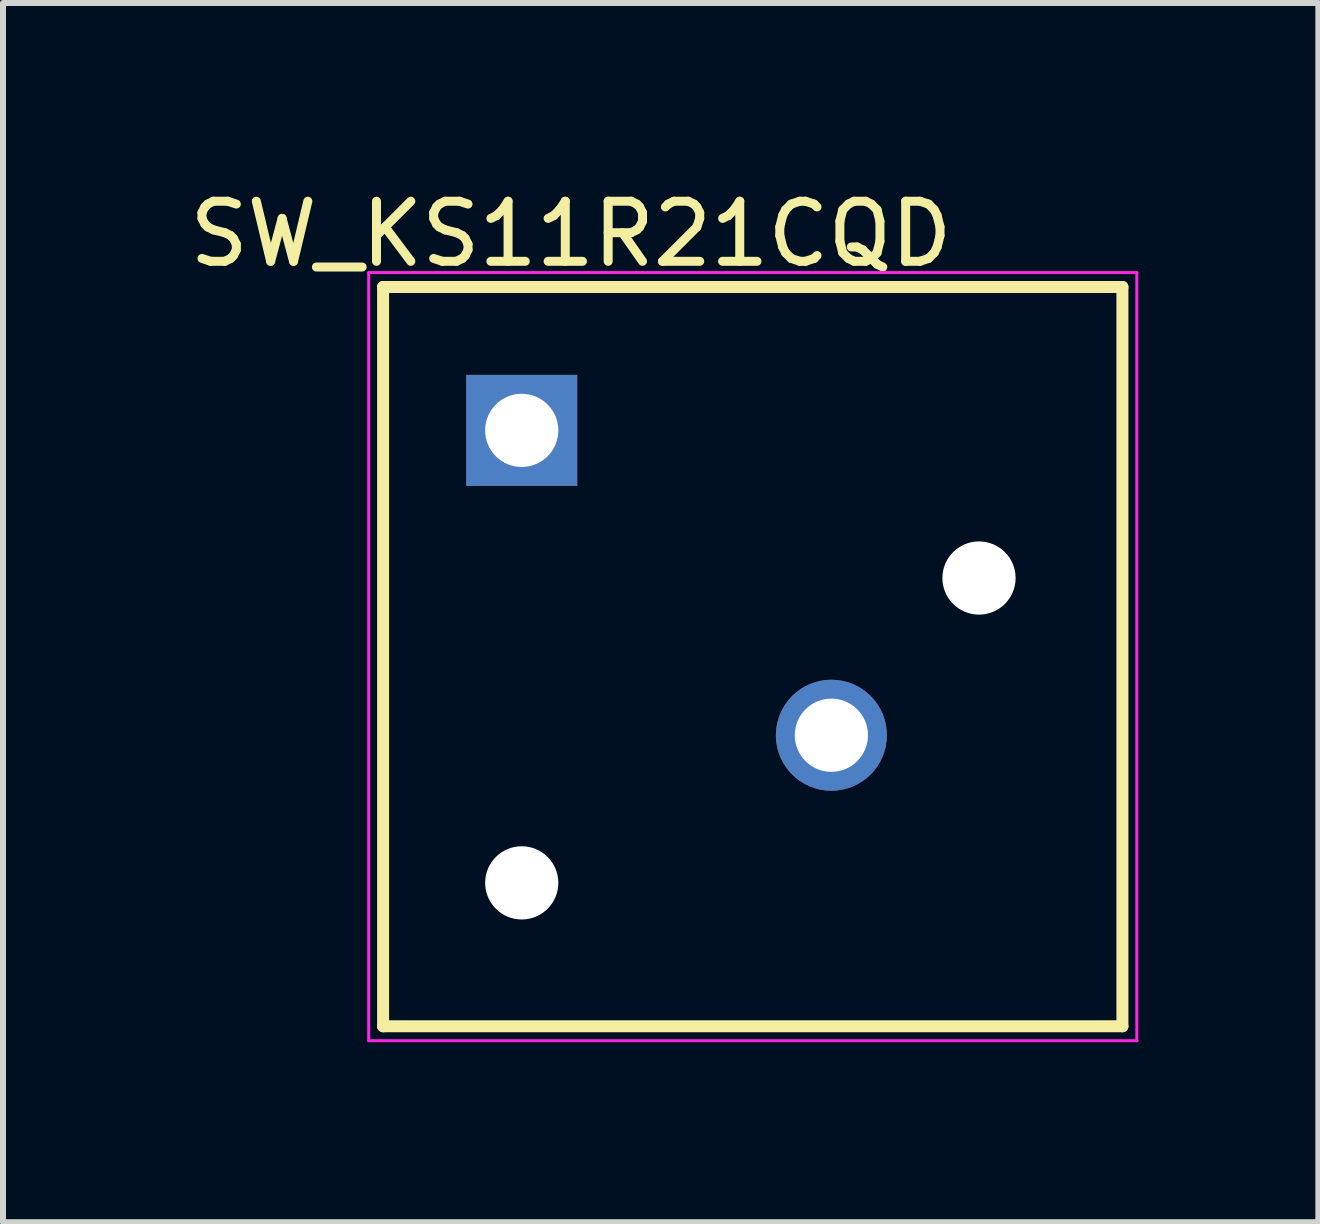
<source format=kicad_pcb>
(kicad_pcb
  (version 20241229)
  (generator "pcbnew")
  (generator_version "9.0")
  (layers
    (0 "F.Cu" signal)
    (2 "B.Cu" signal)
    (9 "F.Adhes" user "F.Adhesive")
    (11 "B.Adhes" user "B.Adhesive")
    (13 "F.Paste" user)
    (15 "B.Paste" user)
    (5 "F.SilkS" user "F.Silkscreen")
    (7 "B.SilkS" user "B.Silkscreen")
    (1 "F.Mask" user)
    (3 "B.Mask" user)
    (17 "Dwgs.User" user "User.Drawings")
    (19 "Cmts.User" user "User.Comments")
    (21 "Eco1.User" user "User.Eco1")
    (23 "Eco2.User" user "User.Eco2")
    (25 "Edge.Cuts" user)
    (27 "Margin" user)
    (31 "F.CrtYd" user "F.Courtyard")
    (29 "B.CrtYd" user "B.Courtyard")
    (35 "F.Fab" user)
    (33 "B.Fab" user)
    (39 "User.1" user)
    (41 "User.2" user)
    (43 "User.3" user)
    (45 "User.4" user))
  (footprint "SW_KS11R21CQD"
    (layer "F.Cu")
    (at 9.494 7.892)
    (property "Reference" "SW_KS11R21CQD" (at -3.029 -7.043 0) (layer "F.SilkS") (effects (font (size 1.001 1.001) (thickness 0.15))))
    (attr through_hole)
    (fp_line (start -6.16 -6.16) (end 6.16 -6.16) (stroke (width 0.2) (type solid)) (layer "F.SilkS"))
    (fp_line (start -6.16 6.16) (end -6.16 -6.16) (stroke (width 0.2) (type solid)) (layer "F.SilkS"))
    (fp_line (start 6.16 -6.16) (end 6.16 6.16) (stroke (width 0.2) (type solid)) (layer "F.SilkS"))
    (fp_line (start 6.16 6.16) (end -6.16 6.16) (stroke (width 0.2) (type solid)) (layer "F.SilkS"))
    (fp_line (start -6.4 -6.4) (end 6.4 -6.4) (stroke (width 0.05) (type solid)) (layer "F.CrtYd"))
    (fp_line (start -6.4 6.4) (end -6.4 -6.4) (stroke (width 0.05) (type solid)) (layer "F.CrtYd"))
    (fp_line (start 6.4 -6.4) (end 6.4 6.4) (stroke (width 0.05) (type solid)) (layer "F.CrtYd"))
    (fp_line (start 6.4 6.4) (end -6.4 6.4) (stroke (width 0.05) (type solid)) (layer "F.CrtYd"))
    (pad "" np_thru_hole circle (at -3.85 3.77) (size 1.22 1.22) (drill 1.22) (layers "*.Cu" "*.Mask"))
    (pad "" np_thru_hole circle (at 3.77 -1.31) (size 1.22 1.22) (drill 1.22) (layers "*.Cu" "*.Mask"))
    (pad "1" thru_hole rect (at -3.85 -3.77) (size 1.85 1.85) (drill 1.22) (layers "*.Cu" "*.Mask"))
    (pad "3" thru_hole circle (at 1.31 1.31) (size 1.85 1.85) (drill 1.22) (layers "*.Cu" "*.Mask")))
  (gr_rect
    (start -3 -3)
    (end 18.919 17.317)
    (stroke (width 0.1) (type default))
    (fill no)
    (layer "Edge.Cuts")))
</source>
